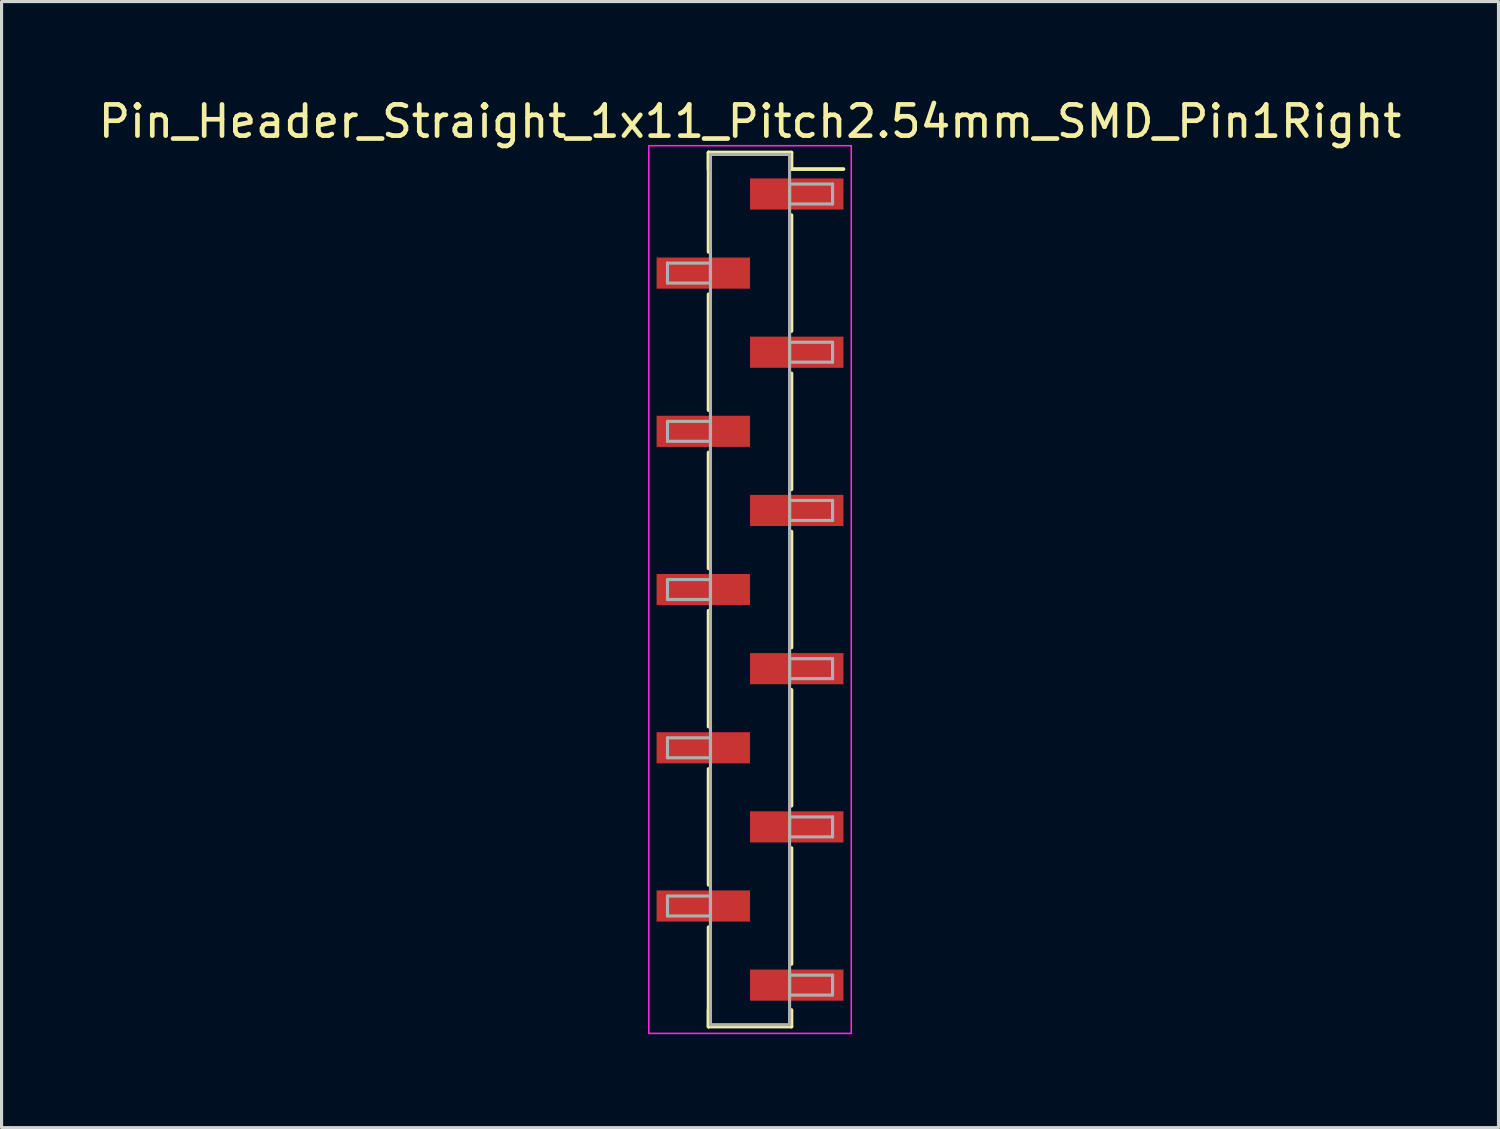
<source format=kicad_pcb>
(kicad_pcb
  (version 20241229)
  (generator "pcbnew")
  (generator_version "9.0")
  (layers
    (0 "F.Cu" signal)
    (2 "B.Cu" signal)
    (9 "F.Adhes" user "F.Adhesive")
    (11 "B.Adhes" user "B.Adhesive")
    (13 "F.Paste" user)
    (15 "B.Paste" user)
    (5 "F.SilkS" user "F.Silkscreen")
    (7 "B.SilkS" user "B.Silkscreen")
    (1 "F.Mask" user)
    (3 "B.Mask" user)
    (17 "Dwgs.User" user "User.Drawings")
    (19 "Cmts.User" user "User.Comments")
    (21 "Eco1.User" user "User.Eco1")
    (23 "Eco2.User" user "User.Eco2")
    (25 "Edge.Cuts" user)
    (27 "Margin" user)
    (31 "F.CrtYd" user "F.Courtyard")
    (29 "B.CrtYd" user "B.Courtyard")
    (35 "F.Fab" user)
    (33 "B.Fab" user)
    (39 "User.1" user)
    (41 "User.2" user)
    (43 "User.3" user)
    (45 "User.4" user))
  (footprint "Pin_Header_Straight_1x11_Pitch2.54mm_SMD_Pin1Right"
    (layer "F.Cu")
    (at 21.03 15.878)
    (property "Reference" "Pin_Header_Straight_1x11_Pitch2.54mm_SMD_Pin1Right" (at 0 -15.03 0) (layer "F.SilkS") (effects (font (size 1 1) (thickness 0.15))))
    (attr smd)
    (fp_line (start -1.33 -14.03) (end -1.33 -10.84) (stroke (width 0.12) (type solid)) (layer "F.SilkS"))
    (fp_line (start -1.33 -14.03) (end 1.33 -14.03) (stroke (width 0.12) (type solid)) (layer "F.SilkS"))
    (fp_line (start -1.33 -13.5) (end -1.33 -14.03) (stroke (width 0.12) (type solid)) (layer "F.SilkS"))
    (fp_line (start -1.33 -9.48) (end -1.33 -5.76) (stroke (width 0.12) (type solid)) (layer "F.SilkS"))
    (fp_line (start -1.33 -4.4) (end -1.33 -0.68) (stroke (width 0.12) (type solid)) (layer "F.SilkS"))
    (fp_line (start -1.33 0.68) (end -1.33 4.4) (stroke (width 0.12) (type solid)) (layer "F.SilkS"))
    (fp_line (start -1.33 5.76) (end -1.33 9.48) (stroke (width 0.12) (type solid)) (layer "F.SilkS"))
    (fp_line (start -1.33 10.84) (end -1.33 14.03) (stroke (width 0.12) (type solid)) (layer "F.SilkS"))
    (fp_line (start -1.33 13.5) (end -1.33 14.03) (stroke (width 0.12) (type solid)) (layer "F.SilkS"))
    (fp_line (start -1.33 14.03) (end 1.33 14.03) (stroke (width 0.12) (type solid)) (layer "F.SilkS"))
    (fp_line (start 1.33 -14.03) (end 1.33 -13.5) (stroke (width 0.12) (type solid)) (layer "F.SilkS"))
    (fp_line (start 1.33 -13.5) (end 3 -13.5) (stroke (width 0.12) (type solid)) (layer "F.SilkS"))
    (fp_line (start 1.33 -12.02) (end 1.33 -8.3) (stroke (width 0.12) (type solid)) (layer "F.SilkS"))
    (fp_line (start 1.33 -6.94) (end 1.33 -3.22) (stroke (width 0.12) (type solid)) (layer "F.SilkS"))
    (fp_line (start 1.33 -1.86) (end 1.33 1.86) (stroke (width 0.12) (type solid)) (layer "F.SilkS"))
    (fp_line (start 1.33 3.22) (end 1.33 6.94) (stroke (width 0.12) (type solid)) (layer "F.SilkS"))
    (fp_line (start 1.33 8.3) (end 1.33 12.02) (stroke (width 0.12) (type solid)) (layer "F.SilkS"))
    (fp_line (start 1.33 14.03) (end 1.33 13.5) (stroke (width 0.12) (type solid)) (layer "F.SilkS"))
    (fp_line (start -3.25 -14.25) (end -3.25 14.25) (stroke (width 0.05) (type solid)) (layer "F.CrtYd"))
    (fp_line (start -3.25 14.25) (end 3.25 14.25) (stroke (width 0.05) (type solid)) (layer "F.CrtYd"))
    (fp_line (start 3.25 -14.25) (end -3.25 -14.25) (stroke (width 0.05) (type solid)) (layer "F.CrtYd"))
    (fp_line (start 3.25 14.25) (end 3.25 -14.25) (stroke (width 0.05) (type solid)) (layer "F.CrtYd"))
    (fp_line (start -2.65 -10.48) (end -1.27 -10.48) (stroke (width 0.1) (type solid)) (layer "F.Fab"))
    (fp_line (start -2.65 -9.84) (end -2.65 -10.48) (stroke (width 0.1) (type solid)) (layer "F.Fab"))
    (fp_line (start -2.65 -5.4) (end -1.27 -5.4) (stroke (width 0.1) (type solid)) (layer "F.Fab"))
    (fp_line (start -2.65 -4.76) (end -2.65 -5.4) (stroke (width 0.1) (type solid)) (layer "F.Fab"))
    (fp_line (start -2.65 -0.32) (end -1.27 -0.32) (stroke (width 0.1) (type solid)) (layer "F.Fab"))
    (fp_line (start -2.65 0.32) (end -2.65 -0.32) (stroke (width 0.1) (type solid)) (layer "F.Fab"))
    (fp_line (start -2.65 4.76) (end -1.27 4.76) (stroke (width 0.1) (type solid)) (layer "F.Fab"))
    (fp_line (start -2.65 5.4) (end -2.65 4.76) (stroke (width 0.1) (type solid)) (layer "F.Fab"))
    (fp_line (start -2.65 9.84) (end -1.27 9.84) (stroke (width 0.1) (type solid)) (layer "F.Fab"))
    (fp_line (start -2.65 10.48) (end -2.65 9.84) (stroke (width 0.1) (type solid)) (layer "F.Fab"))
    (fp_line (start -1.27 -13.97) (end -1.27 13.97) (stroke (width 0.1) (type solid)) (layer "F.Fab"))
    (fp_line (start -1.27 -10.48) (end -1.27 -9.84) (stroke (width 0.1) (type solid)) (layer "F.Fab"))
    (fp_line (start -1.27 -9.84) (end -2.65 -9.84) (stroke (width 0.1) (type solid)) (layer "F.Fab"))
    (fp_line (start -1.27 -5.4) (end -1.27 -4.76) (stroke (width 0.1) (type solid)) (layer "F.Fab"))
    (fp_line (start -1.27 -4.76) (end -2.65 -4.76) (stroke (width 0.1) (type solid)) (layer "F.Fab"))
    (fp_line (start -1.27 -0.32) (end -1.27 0.32) (stroke (width 0.1) (type solid)) (layer "F.Fab"))
    (fp_line (start -1.27 0.32) (end -2.65 0.32) (stroke (width 0.1) (type solid)) (layer "F.Fab"))
    (fp_line (start -1.27 4.76) (end -1.27 5.4) (stroke (width 0.1) (type solid)) (layer "F.Fab"))
    (fp_line (start -1.27 5.4) (end -2.65 5.4) (stroke (width 0.1) (type solid)) (layer "F.Fab"))
    (fp_line (start -1.27 9.84) (end -1.27 10.48) (stroke (width 0.1) (type solid)) (layer "F.Fab"))
    (fp_line (start -1.27 10.48) (end -2.65 10.48) (stroke (width 0.1) (type solid)) (layer "F.Fab"))
    (fp_line (start -1.27 13.97) (end 1.27 13.97) (stroke (width 0.1) (type solid)) (layer "F.Fab"))
    (fp_line (start 1.27 -13.97) (end -1.27 -13.97) (stroke (width 0.1) (type solid)) (layer "F.Fab"))
    (fp_line (start 1.27 -13.02) (end 1.27 -12.38) (stroke (width 0.1) (type solid)) (layer "F.Fab"))
    (fp_line (start 1.27 -12.38) (end 2.65 -12.38) (stroke (width 0.1) (type solid)) (layer "F.Fab"))
    (fp_line (start 1.27 -7.94) (end 1.27 -7.3) (stroke (width 0.1) (type solid)) (layer "F.Fab"))
    (fp_line (start 1.27 -7.3) (end 2.65 -7.3) (stroke (width 0.1) (type solid)) (layer "F.Fab"))
    (fp_line (start 1.27 -2.86) (end 1.27 -2.22) (stroke (width 0.1) (type solid)) (layer "F.Fab"))
    (fp_line (start 1.27 -2.22) (end 2.65 -2.22) (stroke (width 0.1) (type solid)) (layer "F.Fab"))
    (fp_line (start 1.27 2.22) (end 1.27 2.86) (stroke (width 0.1) (type solid)) (layer "F.Fab"))
    (fp_line (start 1.27 2.86) (end 2.65 2.86) (stroke (width 0.1) (type solid)) (layer "F.Fab"))
    (fp_line (start 1.27 7.3) (end 1.27 7.94) (stroke (width 0.1) (type solid)) (layer "F.Fab"))
    (fp_line (start 1.27 7.94) (end 2.65 7.94) (stroke (width 0.1) (type solid)) (layer "F.Fab"))
    (fp_line (start 1.27 12.38) (end 1.27 13.02) (stroke (width 0.1) (type solid)) (layer "F.Fab"))
    (fp_line (start 1.27 13.02) (end 2.65 13.02) (stroke (width 0.1) (type solid)) (layer "F.Fab"))
    (fp_line (start 1.27 13.97) (end 1.27 -13.97) (stroke (width 0.1) (type solid)) (layer "F.Fab"))
    (fp_line (start 2.65 -13.02) (end 1.27 -13.02) (stroke (width 0.1) (type solid)) (layer "F.Fab"))
    (fp_line (start 2.65 -12.38) (end 2.65 -13.02) (stroke (width 0.1) (type solid)) (layer "F.Fab"))
    (fp_line (start 2.65 -7.94) (end 1.27 -7.94) (stroke (width 0.1) (type solid)) (layer "F.Fab"))
    (fp_line (start 2.65 -7.3) (end 2.65 -7.94) (stroke (width 0.1) (type solid)) (layer "F.Fab"))
    (fp_line (start 2.65 -2.86) (end 1.27 -2.86) (stroke (width 0.1) (type solid)) (layer "F.Fab"))
    (fp_line (start 2.65 -2.22) (end 2.65 -2.86) (stroke (width 0.1) (type solid)) (layer "F.Fab"))
    (fp_line (start 2.65 2.22) (end 1.27 2.22) (stroke (width 0.1) (type solid)) (layer "F.Fab"))
    (fp_line (start 2.65 2.86) (end 2.65 2.22) (stroke (width 0.1) (type solid)) (layer "F.Fab"))
    (fp_line (start 2.65 7.3) (end 1.27 7.3) (stroke (width 0.1) (type solid)) (layer "F.Fab"))
    (fp_line (start 2.65 7.94) (end 2.65 7.3) (stroke (width 0.1) (type solid)) (layer "F.Fab"))
    (fp_line (start 2.65 12.38) (end 1.27 12.38) (stroke (width 0.1) (type solid)) (layer "F.Fab"))
    (fp_line (start 2.65 13.02) (end 2.65 12.38) (stroke (width 0.1) (type solid)) (layer "F.Fab"))
    (pad "1" smd rect (at 1.5 -12.7) (size 3 1) (layers "F.Cu" "F.Mask"))
    (pad "2" smd rect (at -1.5 -10.16) (size 3 1) (layers "F.Cu" "F.Mask"))
    (pad "3" smd rect (at 1.5 -7.62) (size 3 1) (layers "F.Cu" "F.Mask"))
    (pad "4" smd rect (at -1.5 -5.08) (size 3 1) (layers "F.Cu" "F.Mask"))
    (pad "5" smd rect (at 1.5 -2.54) (size 3 1) (layers "F.Cu" "F.Mask"))
    (pad "6" smd rect (at -1.5 0) (size 3 1) (layers "F.Cu" "F.Mask"))
    (pad "7" smd rect (at 1.5 2.54) (size 3 1) (layers "F.Cu" "F.Mask"))
    (pad "8" smd rect (at -1.5 5.08) (size 3 1) (layers "F.Cu" "F.Mask"))
    (pad "9" smd rect (at 1.5 7.62) (size 3 1) (layers "F.Cu" "F.Mask"))
    (pad "10" smd rect (at -1.5 10.16) (size 3 1) (layers "F.Cu" "F.Mask"))
    (pad "11" smd rect (at 1.5 12.7) (size 3 1) (layers "F.Cu" "F.Mask")))
  (gr_rect
    (start -3 -3)
    (end 45.06 33.153)
    (stroke (width 0.1) (type default))
    (fill no)
    (layer "Edge.Cuts")))
</source>
